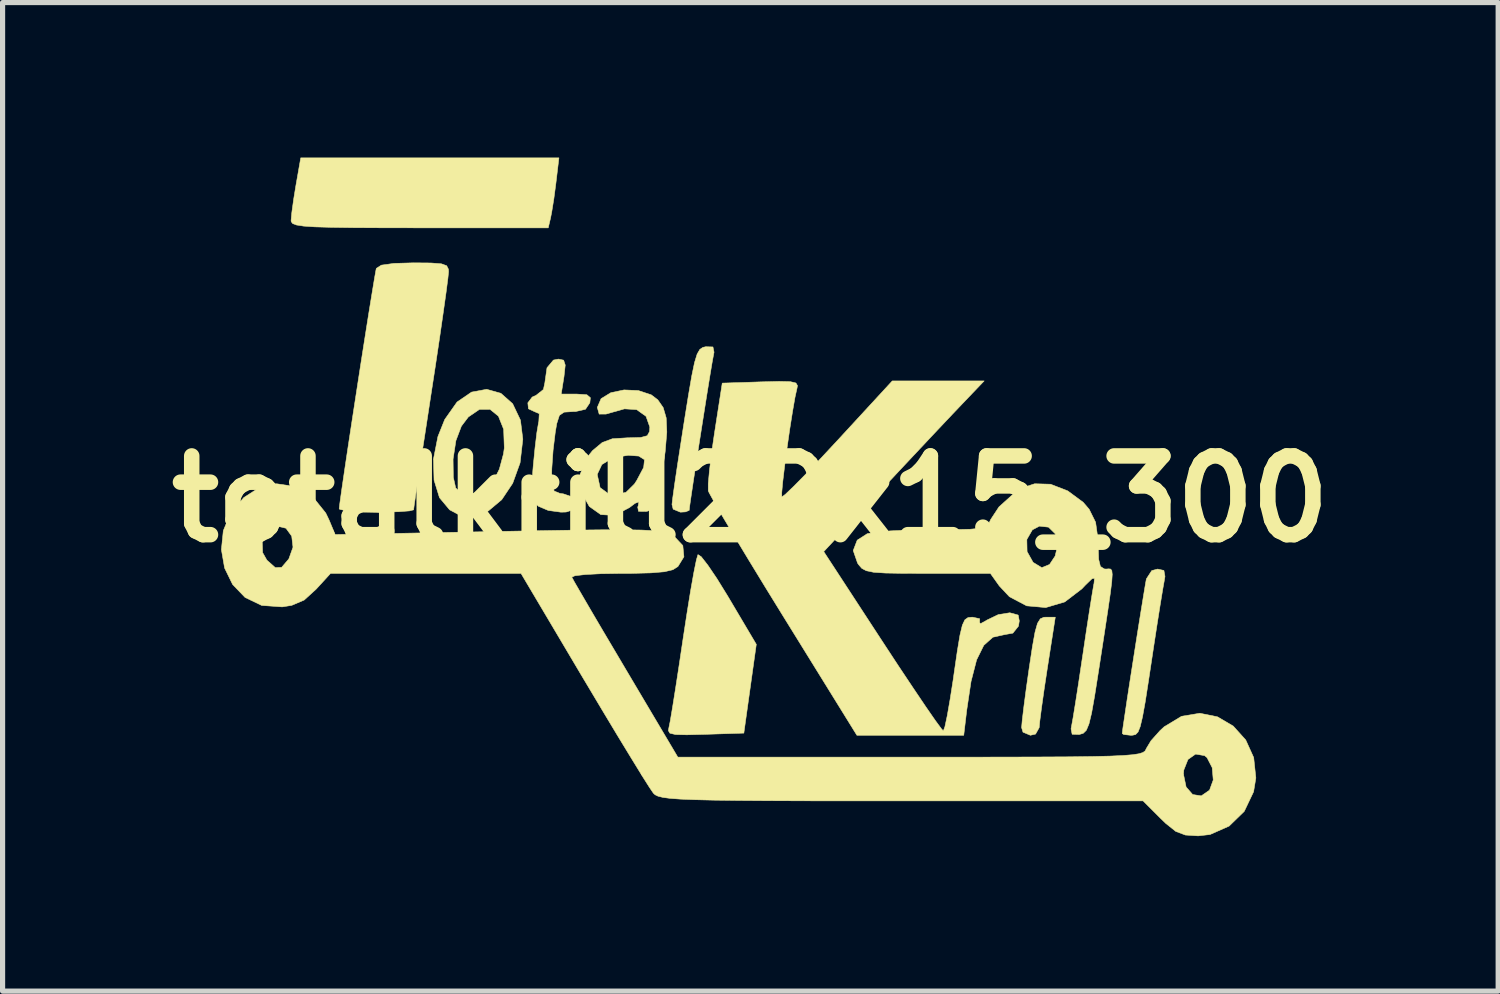
<source format=kicad_pcb>
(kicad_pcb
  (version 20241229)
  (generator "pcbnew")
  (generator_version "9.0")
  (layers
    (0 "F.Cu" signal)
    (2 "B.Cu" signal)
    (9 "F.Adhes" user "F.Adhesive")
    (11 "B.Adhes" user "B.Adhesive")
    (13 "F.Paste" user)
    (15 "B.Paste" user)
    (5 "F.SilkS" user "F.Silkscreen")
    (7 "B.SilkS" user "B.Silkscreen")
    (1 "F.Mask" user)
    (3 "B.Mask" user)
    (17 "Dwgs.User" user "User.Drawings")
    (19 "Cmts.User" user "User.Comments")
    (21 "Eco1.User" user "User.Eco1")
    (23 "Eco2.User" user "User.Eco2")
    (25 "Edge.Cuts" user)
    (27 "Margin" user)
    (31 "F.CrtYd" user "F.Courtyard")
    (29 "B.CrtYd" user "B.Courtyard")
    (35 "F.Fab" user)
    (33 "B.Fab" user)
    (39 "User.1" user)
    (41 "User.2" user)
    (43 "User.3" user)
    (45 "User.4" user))
  (footprint "totalkrill22x15_300"
    (layer "F.Cu")
    (at 11.474 6.609)
    (property "Reference" "totalkrill22x15_300" (at 0 0 0) (layer "F.SilkS") (effects (font (size 1.524 1.524) (thickness 0.3))))
    (attr through_hole)
    (fp_poly (pts (xy -3.764 -6.117) (xy -3.804 -5.813) (xy -3.846 -5.553) (xy -3.868 -5.44) (xy -3.913 -5.249) (xy -6.402 -5.249) (xy -7.119 -5.25) (xy -7.684 -5.253) (xy -8.116 -5.259) (xy -8.431 -5.268) (xy -8.649 -5.283) (xy -8.785 -5.304) (xy -8.859 -5.332) (xy -8.887 -5.369) (xy -8.89 -5.391) (xy -8.876 -5.545) (xy -8.84 -5.805) (xy -8.797 -6.068) (xy -8.703 -6.604) (xy -3.706 -6.604) (xy -3.764 -6.117)) (stroke (width 0.01) (type solid)) (fill yes) (layer "F.SilkS"))
    (fp_poly (pts (xy 5.746 3.281) (xy 5.685 3.684) (xy 5.635 4.036) (xy 5.601 4.297) (xy 5.589 4.424) (xy 5.519 4.549) (xy 5.419 4.572) (xy 5.276 4.512) (xy 5.249 4.424) (xy 5.261 4.285) (xy 5.293 4.017) (xy 5.34 3.661) (xy 5.394 3.281) (xy 5.458 2.858) (xy 5.509 2.575) (xy 5.557 2.404) (xy 5.611 2.318) (xy 5.68 2.288) (xy 5.72 2.286) (xy 5.901 2.286) (xy 5.746 3.281)) (stroke (width 0.01) (type solid)) (fill yes) (layer "F.SilkS"))
    (fp_poly (pts (xy -0.952 1.116) (xy -0.824 1.28) (xy -0.648 1.54) (xy -0.443 1.872) (xy -0.421 1.909) (xy 0.114 2.812) (xy -0.127 4.53) (xy -0.875 4.554) (xy -1.231 4.563) (xy -1.449 4.558) (xy -1.558 4.532) (xy -1.588 4.482) (xy -1.578 4.427) (xy -1.552 4.298) (xy -1.507 4.031) (xy -1.447 3.654) (xy -1.377 3.199) (xy -1.304 2.709) (xy -1.228 2.212) (xy -1.157 1.772) (xy -1.094 1.418) (xy -1.045 1.176) (xy -1.015 1.075) (xy -0.952 1.116)) (stroke (width 0.01) (type solid)) (fill yes) (layer "F.SilkS"))
    (fp_poly (pts (xy -0.725 -2.944) (xy -0.704 -2.842) (xy -0.716 -2.779) (xy -0.74 -2.649) (xy -0.783 -2.392) (xy -0.84 -2.041) (xy -0.905 -1.63) (xy -0.974 -1.192) (xy -1.041 -0.761) (xy -1.101 -0.37) (xy -1.148 -0.054) (xy -1.178 0.154) (xy -1.185 0.219) (xy -1.257 0.248) (xy -1.355 0.254) (xy -1.495 0.196) (xy -1.518 0.106) (xy -1.503 -0.024) (xy -1.466 -0.29) (xy -1.411 -0.662) (xy -1.342 -1.108) (xy -1.284 -1.482) (xy -1.2 -2.005) (xy -1.135 -2.384) (xy -1.081 -2.643) (xy -1.031 -2.806) (xy -0.979 -2.896) (xy -0.919 -2.936) (xy -0.864 -2.948) (xy -0.725 -2.944)) (stroke (width 0.01) (type solid)) (fill yes) (layer "F.SilkS"))
    (fp_poly (pts (xy 8.003 1.382) (xy 8.024 1.498) (xy 8.009 1.587) (xy 7.979 1.756) (xy 7.93 2.054) (xy 7.869 2.44) (xy 7.802 2.876) (xy 7.789 2.963) (xy 7.705 3.519) (xy 7.641 3.929) (xy 7.589 4.216) (xy 7.545 4.402) (xy 7.503 4.508) (xy 7.456 4.557) (xy 7.398 4.571) (xy 7.359 4.572) (xy 7.225 4.557) (xy 7.197 4.537) (xy 7.209 4.435) (xy 7.244 4.198) (xy 7.294 3.862) (xy 7.356 3.46) (xy 7.424 3.025) (xy 7.492 2.591) (xy 7.556 2.192) (xy 7.61 1.86) (xy 7.648 1.631) (xy 7.664 1.545) (xy 7.768 1.385) (xy 7.882 1.355) (xy 8.003 1.382)) (stroke (width 0.01) (type solid)) (fill yes) (layer "F.SilkS"))
    (fp_poly (pts (xy -4.83 -2.047) (xy -4.602 -1.845) (xy -4.451 -1.528) (xy -4.405 -1.158) (xy -4.458 -0.701) (xy -4.601 -0.305) (xy -4.813 0.012) (xy -5.074 0.231) (xy -5.364 0.331) (xy -5.663 0.293) (xy -5.821 0.209) (xy -6.018 -0.027) (xy -6.123 -0.367) (xy -6.134 -0.772) (xy -5.755 -0.772) (xy -5.75 -0.42) (xy -5.704 -0.214) (xy -5.587 -0.108) (xy -5.393 -0.099) (xy -5.174 -0.178) (xy -4.986 -0.334) (xy -4.971 -0.354) (xy -4.859 -0.578) (xy -4.779 -0.875) (xy -4.763 -0.989) (xy -4.776 -1.351) (xy -4.877 -1.604) (xy -5.041 -1.737) (xy -5.244 -1.736) (xy -5.459 -1.589) (xy -5.594 -1.411) (xy -5.7 -1.131) (xy -5.755 -0.772) (xy -6.134 -0.772) (xy -6.134 -0.774) (xy -6.048 -1.21) (xy -5.916 -1.54) (xy -5.678 -1.878) (xy -5.397 -2.07) (xy -5.105 -2.124) (xy -4.83 -2.047)) (stroke (width 0.01) (type solid)) (fill yes) (layer "F.SilkS"))
    (fp_poly (pts (xy -6.184 -4.569) (xy -5.981 -4.553) (xy -5.879 -4.516) (xy -5.845 -4.449) (xy -5.842 -4.4) (xy -5.855 -4.272) (xy -5.89 -4.001) (xy -5.945 -3.611) (xy -6.015 -3.127) (xy -6.098 -2.572) (xy -6.181 -2.032) (xy -6.271 -1.443) (xy -6.353 -0.91) (xy -6.422 -0.456) (xy -6.475 -0.103) (xy -6.508 0.126) (xy -6.519 0.209) (xy -6.598 0.229) (xy -6.806 0.245) (xy -7.106 0.253) (xy -7.239 0.254) (xy -7.564 0.247) (xy -7.813 0.228) (xy -7.946 0.2) (xy -7.959 0.188) (xy -7.946 0.078) (xy -7.911 -0.173) (xy -7.858 -0.535) (xy -7.791 -0.984) (xy -7.714 -1.491) (xy -7.631 -2.031) (xy -7.547 -2.576) (xy -7.465 -3.099) (xy -7.39 -3.574) (xy -7.325 -3.974) (xy -7.276 -4.271) (xy -7.246 -4.44) (xy -7.239 -4.466) (xy -7.143 -4.527) (xy -6.9 -4.561) (xy -6.522 -4.572) (xy -6.184 -4.569)) (stroke (width 0.01) (type solid)) (fill yes) (layer "F.SilkS"))
    (fp_poly (pts (xy -3.615 -2.688) (xy -3.584 -2.593) (xy -3.607 -2.38) (xy -3.608 -2.371) (xy -3.662 -2.032) (xy -3.363 -2.032) (xy -3.166 -2.019) (xy -3.097 -1.961) (xy -3.108 -1.863) (xy -3.192 -1.738) (xy -3.383 -1.694) (xy -3.434 -1.693) (xy -3.605 -1.682) (xy -3.697 -1.62) (xy -3.748 -1.462) (xy -3.777 -1.291) (xy -3.819 -0.946) (xy -3.844 -0.589) (xy -3.846 -0.508) (xy -3.841 -0.272) (xy -3.798 -0.155) (xy -3.688 -0.11) (xy -3.619 -0.1) (xy -3.436 -0.037) (xy -3.387 0.09) (xy -3.425 0.206) (xy -3.567 0.251) (xy -3.667 0.254) (xy -3.913 0.22) (xy -4.103 0.14) (xy -4.181 0.063) (xy -4.221 -0.051) (xy -4.23 -0.242) (xy -4.211 -0.551) (xy -4.203 -0.644) (xy -4.169 -0.988) (xy -4.133 -1.288) (xy -4.1 -1.484) (xy -4.095 -1.503) (xy -4.087 -1.653) (xy -4.181 -1.693) (xy -4.296 -1.747) (xy -4.308 -1.862) (xy -4.223 -1.974) (xy -4.149 -2.007) (xy -4.006 -2.121) (xy -3.979 -2.247) (xy -3.937 -2.541) (xy -3.812 -2.69) (xy -3.715 -2.709) (xy -3.615 -2.688)) (stroke (width 0.01) (type solid)) (fill yes) (layer "F.SilkS"))
    (fp_poly (pts (xy -2.169 -2.1) (xy -1.919 -2.017) (xy -1.793 -1.921) (xy -1.688 -1.77) (xy -1.63 -1.571) (xy -1.618 -1.296) (xy -1.65 -0.913) (xy -1.72 -0.423) (xy -1.777 -0.097) (xy -1.83 0.097) (xy -1.897 0.196) (xy -1.993 0.235) (xy -2.023 0.24) (xy -2.166 0.238) (xy -2.181 0.156) (xy -2.171 0.129) (xy -2.159 0.053) (xy -2.233 0.083) (xy -2.34 0.164) (xy -2.629 0.316) (xy -2.896 0.301) (xy -3.118 0.143) (xy -3.28 -0.143) (xy -3.299 -0.467) (xy -2.963 -0.467) (xy -2.909 -0.22) (xy -2.743 -0.1) (xy -2.614 -0.085) (xy -2.408 -0.13) (xy -2.245 -0.291) (xy -2.2 -0.36) (xy -2.066 -0.613) (xy -2.05 -0.762) (xy -2.161 -0.832) (xy -2.365 -0.847) (xy -2.663 -0.798) (xy -2.875 -0.668) (xy -2.963 -0.482) (xy -2.963 -0.467) (xy -3.299 -0.467) (xy -3.299 -0.467) (xy -3.177 -0.786) (xy -3.055 -0.938) (xy -2.868 -1.094) (xy -2.672 -1.167) (xy -2.387 -1.185) (xy -2.377 -1.185) (xy -2.123 -1.192) (xy -1.996 -1.226) (xy -1.952 -1.308) (xy -1.947 -1.394) (xy -2.02 -1.601) (xy -2.202 -1.731) (xy -2.438 -1.746) (xy -2.459 -1.74) (xy -2.689 -1.675) (xy -2.794 -1.645) (xy -2.927 -1.644) (xy -2.963 -1.772) (xy -2.963 -1.774) (xy -2.89 -1.943) (xy -2.702 -2.058) (xy -2.446 -2.112) (xy -2.169 -2.1)) (stroke (width 0.01) (type solid)) (fill yes) (layer "F.SilkS"))
    (fp_poly (pts (xy 4.099 -1.841) (xy 3.903 -1.635) (xy 3.619 -1.334) (xy 3.275 -0.968) (xy 2.897 -0.565) (xy 2.546 -0.19) (xy 1.419 1.017) (xy 2.551 2.751) (xy 2.866 3.231) (xy 3.152 3.66) (xy 3.394 4.019) (xy 3.581 4.289) (xy 3.699 4.449) (xy 3.734 4.487) (xy 3.764 4.408) (xy 3.81 4.193) (xy 3.866 3.871) (xy 3.928 3.475) (xy 3.94 3.387) (xy 4.005 2.939) (xy 4.056 2.633) (xy 4.102 2.441) (xy 4.151 2.337) (xy 4.212 2.294) (xy 4.295 2.286) (xy 4.297 2.286) (xy 4.437 2.316) (xy 4.436 2.385) (xy 4.449 2.415) (xy 4.564 2.352) (xy 4.577 2.343) (xy 4.797 2.237) (xy 5.021 2.201) (xy 5.178 2.244) (xy 5.184 2.249) (xy 5.204 2.359) (xy 5.188 2.46) (xy 5.08 2.595) (xy 4.914 2.625) (xy 4.693 2.674) (xy 4.517 2.831) (xy 4.378 3.112) (xy 4.27 3.531) (xy 4.187 4.085) (xy 4.129 4.572) (xy 2.061 4.572) (xy 0.638 2.273) (xy 0.289 1.707) (xy -0.03 1.184) (xy -0.31 0.72) (xy -0.539 0.336) (xy -0.705 0.049) (xy -0.799 -0.123) (xy -0.816 -0.161) (xy -0.816 -0.295) (xy -0.792 -0.557) (xy -0.749 -0.908) (xy -0.696 -1.27) (xy -0.545 -2.244) (xy 0.2 -2.268) (xy 0.556 -2.277) (xy 0.773 -2.272) (xy 0.881 -2.246) (xy 0.911 -2.195) (xy 0.901 -2.141) (xy 0.863 -1.969) (xy 0.815 -1.692) (xy 0.761 -1.351) (xy 0.708 -0.983) (xy 0.661 -0.629) (xy 0.625 -0.328) (xy 0.606 -0.119) (xy 0.608 -0.041) (xy 0.674 -0.089) (xy 0.835 -0.243) (xy 1.073 -0.484) (xy 1.369 -0.795) (xy 1.695 -1.145) (xy 2.746 -2.286) (xy 4.524 -2.286) (xy 4.099 -1.841)) (stroke (width 0.01) (type solid)) (fill yes) (layer "F.SilkS"))
    (fp_poly (pts (xy 5.81 -0.287) (xy 6.142 -0.158) (xy 6.441 0.063) (xy 6.556 0.197) (xy 6.681 0.449) (xy 6.729 0.788) (xy 6.731 0.895) (xy 6.74 1.165) (xy 6.774 1.304) (xy 6.848 1.352) (xy 6.884 1.355) (xy 6.934 1.351) (xy 6.972 1.355) (xy 6.995 1.384) (xy 7.003 1.459) (xy 6.994 1.599) (xy 6.966 1.825) (xy 6.918 2.155) (xy 6.849 2.61) (xy 6.757 3.209) (xy 6.736 3.344) (xy 6.662 3.813) (xy 6.604 4.14) (xy 6.553 4.352) (xy 6.502 4.475) (xy 6.442 4.534) (xy 6.365 4.557) (xy 6.364 4.557) (xy 6.227 4.552) (xy 6.206 4.447) (xy 6.217 4.388) (xy 6.245 4.234) (xy 6.291 3.95) (xy 6.35 3.572) (xy 6.415 3.137) (xy 6.435 3.006) (xy 6.501 2.561) (xy 6.562 2.164) (xy 6.612 1.851) (xy 6.645 1.657) (xy 6.651 1.629) (xy 6.66 1.532) (xy 6.611 1.542) (xy 6.481 1.668) (xy 6.415 1.738) (xy 6.084 1.991) (xy 5.716 2.1) (xy 5.348 2.067) (xy 5.014 1.891) (xy 4.818 1.682) (xy 4.645 1.439) (xy 3.425 1.439) (xy 2.947 1.438) (xy 2.61 1.432) (xy 2.385 1.417) (xy 2.244 1.388) (xy 2.157 1.342) (xy 2.097 1.273) (xy 2.074 1.24) (xy 1.99 0.997) (xy 2.067 0.796) (xy 2.089 0.782) (xy 5.35 0.782) (xy 5.355 1.017) (xy 5.471 1.225) (xy 5.64 1.328) (xy 5.79 1.266) (xy 5.898 1.103) (xy 5.953 0.87) (xy 5.9 0.672) (xy 5.77 0.544) (xy 5.594 0.524) (xy 5.457 0.596) (xy 5.35 0.782) (xy 2.089 0.782) (xy 2.261 0.671) (xy 2.423 0.641) (xy 2.714 0.616) (xy 3.092 0.599) (xy 3.516 0.593) (xy 3.521 0.593) (xy 3.96 0.591) (xy 4.259 0.584) (xy 4.448 0.565) (xy 4.557 0.53) (xy 4.615 0.473) (xy 4.651 0.395) (xy 4.811 0.152) (xy 5.069 -0.081) (xy 5.364 -0.251) (xy 5.502 -0.296) (xy 5.81 -0.287)) (stroke (width 0.01) (type solid)) (fill yes) (layer "F.SilkS"))
    (fp_poly (pts (xy -8.803 -0.241) (xy -8.475 -0.048) (xy -8.219 0.271) (xy -8.157 0.4) (xy -8.037 0.687) (xy -4.87 0.627) (xy -4.048 0.612) (xy -3.377 0.601) (xy -2.842 0.595) (xy -2.426 0.595) (xy -2.11 0.6) (xy -1.879 0.612) (xy -1.716 0.63) (xy -1.603 0.655) (xy -1.523 0.687) (xy -1.487 0.709) (xy -1.308 0.9) (xy -1.287 1.118) (xy -1.403 1.306) (xy -1.499 1.367) (xy -1.664 1.407) (xy -1.926 1.429) (xy -2.316 1.439) (xy -2.511 1.439) (xy -2.891 1.445) (xy -3.197 1.461) (xy -3.396 1.484) (xy -3.457 1.511) (xy -3.408 1.602) (xy -3.284 1.816) (xy -3.099 2.134) (xy -2.864 2.534) (xy -2.592 2.993) (xy -2.417 3.289) (xy -1.405 4.995) (xy 3.102 4.995) (xy 4.09 4.995) (xy 4.922 4.994) (xy 5.612 4.992) (xy 6.174 4.989) (xy 6.62 4.983) (xy 6.964 4.975) (xy 7.221 4.963) (xy 7.403 4.948) (xy 7.524 4.929) (xy 7.598 4.905) (xy 7.638 4.876) (xy 7.657 4.842) (xy 7.661 4.831) (xy 7.754 4.677) (xy 7.928 4.482) (xy 8.008 4.408) (xy 8.346 4.204) (xy 8.699 4.146) (xy 9.04 4.215) (xy 9.345 4.394) (xy 9.587 4.663) (xy 9.741 5.003) (xy 9.783 5.398) (xy 9.739 5.665) (xy 9.558 6.045) (xy 9.265 6.33) (xy 8.896 6.493) (xy 8.665 6.519) (xy 8.419 6.503) (xy 8.233 6.433) (xy 8.037 6.276) (xy 7.939 6.181) (xy 7.6 5.842) (xy 2.924 5.842) (xy 1.912 5.842) (xy 1.057 5.841) (xy 0.343 5.838) (xy -0.241 5.834) (xy -0.709 5.828) (xy -1.076 5.819) (xy -1.353 5.808) (xy -1.556 5.793) (xy -1.696 5.774) (xy -1.788 5.751) (xy -1.844 5.724) (xy -1.877 5.694) (xy -1.952 5.584) (xy -2.101 5.349) (xy -2.114 5.327) (xy 8.382 5.327) (xy 8.433 5.573) (xy 8.56 5.719) (xy 8.726 5.745) (xy 8.886 5.635) (xy 8.958 5.438) (xy 8.938 5.199) (xy 8.838 5.005) (xy 8.791 4.966) (xy 8.617 4.936) (xy 8.469 5.04) (xy 8.388 5.245) (xy 8.382 5.327) (xy -2.114 5.327) (xy -2.31 5.008) (xy -2.569 4.583) (xy -2.864 4.092) (xy -3.184 3.556) (xy -3.222 3.493) (xy -4.44 1.439) (xy -8.126 1.439) (xy -8.405 1.744) (xy -8.637 1.955) (xy -8.879 2.058) (xy -9.062 2.087) (xy -9.459 2.059) (xy -9.781 1.904) (xy -10.022 1.653) (xy -10.177 1.335) (xy -10.239 0.978) (xy -10.222 0.814) (xy -9.449 0.814) (xy -9.441 1.037) (xy -9.358 1.183) (xy -9.196 1.327) (xy -9.073 1.322) (xy -8.939 1.165) (xy -8.932 1.154) (xy -8.853 0.932) (xy -8.878 0.718) (xy -8.989 0.565) (xy -9.164 0.523) (xy -9.351 0.622) (xy -9.449 0.814) (xy -10.222 0.814) (xy -10.202 0.613) (xy -10.06 0.268) (xy -9.806 -0.028) (xy -9.545 -0.197) (xy -9.171 -0.296) (xy -8.803 -0.241)) (stroke (width 0.01) (type solid)) (fill yes) (layer "F.SilkS")))
  (gr_rect
    (start -3 -3)
    (end 25.947 16.133)
    (stroke (width 0.1) (type default))
    (fill no)
    (layer "Edge.Cuts")))
</source>
